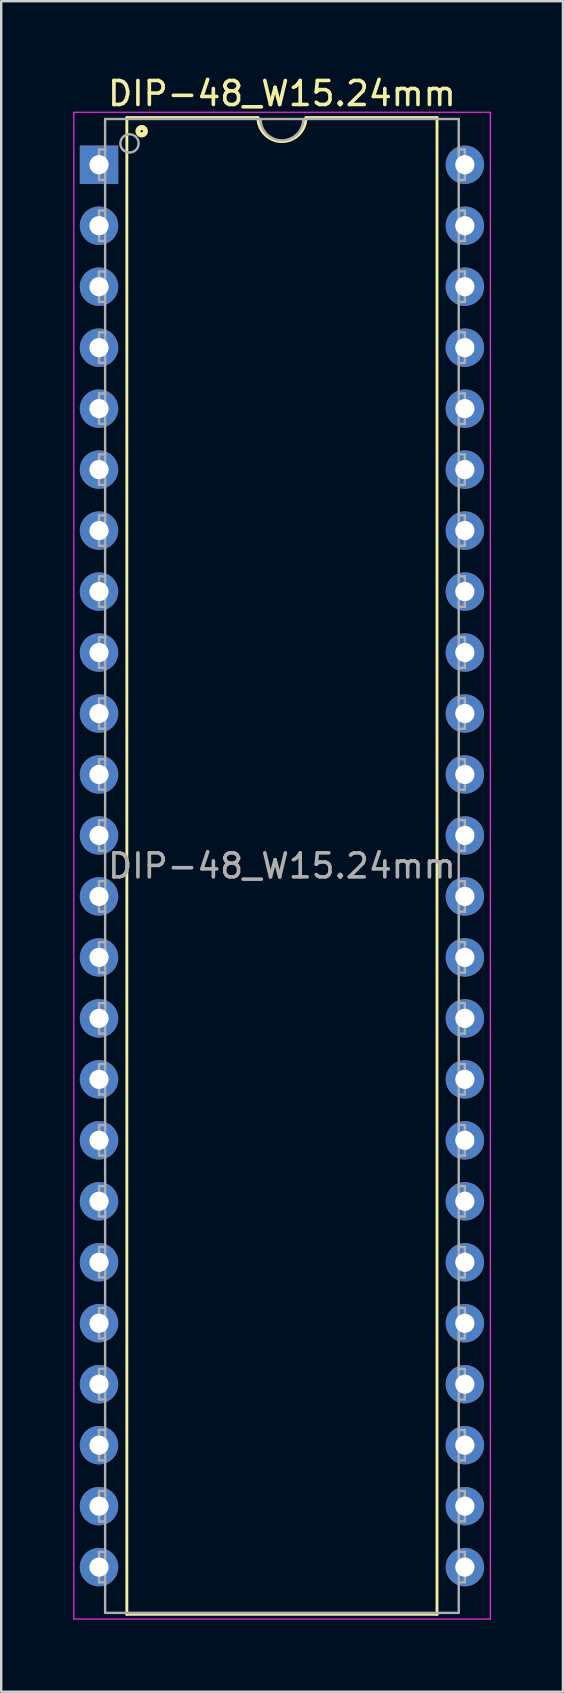
<source format=kicad_pcb>
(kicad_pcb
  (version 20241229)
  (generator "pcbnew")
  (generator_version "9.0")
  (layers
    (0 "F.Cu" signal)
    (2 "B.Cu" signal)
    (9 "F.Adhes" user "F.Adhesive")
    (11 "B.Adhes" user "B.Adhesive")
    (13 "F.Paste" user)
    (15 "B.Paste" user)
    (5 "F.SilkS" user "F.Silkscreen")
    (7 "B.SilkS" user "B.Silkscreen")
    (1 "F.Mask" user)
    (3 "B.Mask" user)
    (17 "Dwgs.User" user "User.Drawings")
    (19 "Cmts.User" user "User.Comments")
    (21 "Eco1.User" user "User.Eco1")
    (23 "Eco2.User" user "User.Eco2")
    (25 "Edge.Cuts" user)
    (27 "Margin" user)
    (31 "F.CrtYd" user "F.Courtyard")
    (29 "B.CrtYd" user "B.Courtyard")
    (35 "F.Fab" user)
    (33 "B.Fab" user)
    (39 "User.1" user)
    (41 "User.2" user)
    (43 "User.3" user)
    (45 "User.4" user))
  (footprint "DIP-48_W15.24mm"
    (layer "F.Cu")
    (at 1.075 3.813)
    (property "Reference" "DIP-48_W15.24mm" (at 7.62 -2.965 0) (layer "F.SilkS") (effects (font (size 1 1) (thickness 0.15))))
    (attr through_hole)
    (fp_line (start 1.16 -1.965) (end 1.16 60.385) (stroke (width 0.12) (type solid)) (layer "F.SilkS"))
    (fp_line (start 1.16 60.385) (end 14.08 60.385) (stroke (width 0.12) (type solid)) (layer "F.SilkS"))
    (fp_line (start 6.62 -1.965) (end 1.16 -1.965) (stroke (width 0.12) (type solid)) (layer "F.SilkS"))
    (fp_line (start 14.08 -1.965) (end 8.62 -1.965) (stroke (width 0.12) (type solid)) (layer "F.SilkS"))
    (fp_line (start 14.08 60.385) (end 14.08 -1.965) (stroke (width 0.12) (type solid)) (layer "F.SilkS"))
    (fp_arc (start 8.62 -1.965) (mid 7.62 -0.965) (end 6.62 -1.965) (stroke (width 0.12) (type solid)) (layer "F.SilkS"))
    (fp_circle (center 1.778 -1.397) (end 1.828 -1.397) (stroke (width 0.12) (type solid)) (fill no) (layer "F.SilkS"))
    (fp_circle (center 1.778 -1.397) (end 1.903 -1.397) (stroke (width 0.12) (type solid)) (fill no) (layer "F.SilkS"))
    (fp_circle (center 1.778 -1.397) (end 1.978 -1.397) (stroke (width 0.12) (type solid)) (fill no) (layer "F.SilkS"))
    (fp_line (start -1.05 -2.185) (end -1.05 60.585) (stroke (width 0.05) (type solid)) (layer "F.CrtYd"))
    (fp_line (start -1.05 60.585) (end 16.3 60.585) (stroke (width 0.05) (type solid)) (layer "F.CrtYd"))
    (fp_line (start 16.3 -2.185) (end -1.05 -2.185) (stroke (width 0.05) (type solid)) (layer "F.CrtYd"))
    (fp_line (start 16.3 60.585) (end 16.3 -2.185) (stroke (width 0.05) (type solid)) (layer "F.CrtYd"))
    (fp_line (start 0 -0.635) (end 0 0.635) (stroke (width 0.1) (type solid)) (layer "F.Fab"))
    (fp_line (start 0 -0.635) (end 0.254 -0.635) (stroke (width 0.1) (type solid)) (layer "F.Fab"))
    (fp_line (start 0 0.635) (end 0.254 0.635) (stroke (width 0.1) (type solid)) (layer "F.Fab"))
    (fp_line (start 0 1.905) (end 0 3.175) (stroke (width 0.1) (type solid)) (layer "F.Fab"))
    (fp_line (start 0 1.905) (end 0.254 1.905) (stroke (width 0.1) (type solid)) (layer "F.Fab"))
    (fp_line (start 0 3.175) (end 0.254 3.175) (stroke (width 0.1) (type solid)) (layer "F.Fab"))
    (fp_line (start 0 4.445) (end 0 5.715) (stroke (width 0.1) (type solid)) (layer "F.Fab"))
    (fp_line (start 0 4.445) (end 0.254 4.445) (stroke (width 0.1) (type solid)) (layer "F.Fab"))
    (fp_line (start 0 5.715) (end 0.254 5.715) (stroke (width 0.1) (type solid)) (layer "F.Fab"))
    (fp_line (start 0 6.985) (end 0 8.255) (stroke (width 0.1) (type solid)) (layer "F.Fab"))
    (fp_line (start 0 6.985) (end 0.254 6.985) (stroke (width 0.1) (type solid)) (layer "F.Fab"))
    (fp_line (start 0 8.255) (end 0.254 8.255) (stroke (width 0.1) (type solid)) (layer "F.Fab"))
    (fp_line (start 0 9.525) (end 0 10.795) (stroke (width 0.1) (type solid)) (layer "F.Fab"))
    (fp_line (start 0 9.525) (end 0.254 9.525) (stroke (width 0.1) (type solid)) (layer "F.Fab"))
    (fp_line (start 0 10.795) (end 0.254 10.795) (stroke (width 0.1) (type solid)) (layer "F.Fab"))
    (fp_line (start 0 12.065) (end 0 13.335) (stroke (width 0.1) (type solid)) (layer "F.Fab"))
    (fp_line (start 0 12.065) (end 0.254 12.065) (stroke (width 0.1) (type solid)) (layer "F.Fab"))
    (fp_line (start 0 13.335) (end 0.254 13.335) (stroke (width 0.1) (type solid)) (layer "F.Fab"))
    (fp_line (start 0 14.605) (end 0 15.875) (stroke (width 0.1) (type solid)) (layer "F.Fab"))
    (fp_line (start 0 14.605) (end 0.254 14.605) (stroke (width 0.1) (type solid)) (layer "F.Fab"))
    (fp_line (start 0 15.875) (end 0.254 15.875) (stroke (width 0.1) (type solid)) (layer "F.Fab"))
    (fp_line (start 0 17.145) (end 0 18.415) (stroke (width 0.1) (type solid)) (layer "F.Fab"))
    (fp_line (start 0 17.145) (end 0.254 17.145) (stroke (width 0.1) (type solid)) (layer "F.Fab"))
    (fp_line (start 0 18.415) (end 0.254 18.415) (stroke (width 0.1) (type solid)) (layer "F.Fab"))
    (fp_line (start 0 19.685) (end 0 20.955) (stroke (width 0.1) (type solid)) (layer "F.Fab"))
    (fp_line (start 0 19.685) (end 0.254 19.685) (stroke (width 0.1) (type solid)) (layer "F.Fab"))
    (fp_line (start 0 20.955) (end 0.254 20.955) (stroke (width 0.1) (type solid)) (layer "F.Fab"))
    (fp_line (start 0 22.225) (end 0 23.495) (stroke (width 0.1) (type solid)) (layer "F.Fab"))
    (fp_line (start 0 22.225) (end 0.254 22.225) (stroke (width 0.1) (type solid)) (layer "F.Fab"))
    (fp_line (start 0 23.495) (end 0.254 23.495) (stroke (width 0.1) (type solid)) (layer "F.Fab"))
    (fp_line (start 0 24.765) (end 0 26.035) (stroke (width 0.1) (type solid)) (layer "F.Fab"))
    (fp_line (start 0 24.765) (end 0.254 24.765) (stroke (width 0.1) (type solid)) (layer "F.Fab"))
    (fp_line (start 0 26.035) (end 0.254 26.035) (stroke (width 0.1) (type solid)) (layer "F.Fab"))
    (fp_line (start 0 27.305) (end 0 28.575) (stroke (width 0.1) (type solid)) (layer "F.Fab"))
    (fp_line (start 0 27.305) (end 0.254 27.305) (stroke (width 0.1) (type solid)) (layer "F.Fab"))
    (fp_line (start 0 28.575) (end 0.254 28.575) (stroke (width 0.1) (type solid)) (layer "F.Fab"))
    (fp_line (start 0 29.845) (end 0 31.115) (stroke (width 0.1) (type solid)) (layer "F.Fab"))
    (fp_line (start 0 29.845) (end 0.254 29.845) (stroke (width 0.1) (type solid)) (layer "F.Fab"))
    (fp_line (start 0 31.115) (end 0.254 31.115) (stroke (width 0.1) (type solid)) (layer "F.Fab"))
    (fp_line (start 0 32.385) (end 0 33.655) (stroke (width 0.1) (type solid)) (layer "F.Fab"))
    (fp_line (start 0 32.385) (end 0.254 32.385) (stroke (width 0.1) (type solid)) (layer "F.Fab"))
    (fp_line (start 0 33.655) (end 0.254 33.655) (stroke (width 0.1) (type solid)) (layer "F.Fab"))
    (fp_line (start 0 34.925) (end 0 36.195) (stroke (width 0.1) (type solid)) (layer "F.Fab"))
    (fp_line (start 0 34.925) (end 0.254 34.925) (stroke (width 0.1) (type solid)) (layer "F.Fab"))
    (fp_line (start 0 36.195) (end 0.254 36.195) (stroke (width 0.1) (type solid)) (layer "F.Fab"))
    (fp_line (start 0 37.465) (end 0 38.735) (stroke (width 0.1) (type solid)) (layer "F.Fab"))
    (fp_line (start 0 37.465) (end 0.254 37.465) (stroke (width 0.1) (type solid)) (layer "F.Fab"))
    (fp_line (start 0 38.735) (end 0.254 38.735) (stroke (width 0.1) (type solid)) (layer "F.Fab"))
    (fp_line (start 0 40.005) (end 0 41.275) (stroke (width 0.1) (type solid)) (layer "F.Fab"))
    (fp_line (start 0 40.005) (end 0.254 40.005) (stroke (width 0.1) (type solid)) (layer "F.Fab"))
    (fp_line (start 0 41.275) (end 0.254 41.275) (stroke (width 0.1) (type solid)) (layer "F.Fab"))
    (fp_line (start 0 42.545) (end 0 43.815) (stroke (width 0.1) (type solid)) (layer "F.Fab"))
    (fp_line (start 0 42.545) (end 0.254 42.545) (stroke (width 0.1) (type solid)) (layer "F.Fab"))
    (fp_line (start 0 43.815) (end 0.254 43.815) (stroke (width 0.1) (type solid)) (layer "F.Fab"))
    (fp_line (start 0 45.085) (end 0 46.355) (stroke (width 0.1) (type solid)) (layer "F.Fab"))
    (fp_line (start 0 45.085) (end 0.254 45.085) (stroke (width 0.1) (type solid)) (layer "F.Fab"))
    (fp_line (start 0 46.355) (end 0.254 46.355) (stroke (width 0.1) (type solid)) (layer "F.Fab"))
    (fp_line (start 0 47.625) (end 0 48.895) (stroke (width 0.1) (type solid)) (layer "F.Fab"))
    (fp_line (start 0 47.625) (end 0.254 47.625) (stroke (width 0.1) (type solid)) (layer "F.Fab"))
    (fp_line (start 0 48.895) (end 0.254 48.895) (stroke (width 0.1) (type solid)) (layer "F.Fab"))
    (fp_line (start 0 50.165) (end 0 51.435) (stroke (width 0.1) (type solid)) (layer "F.Fab"))
    (fp_line (start 0 50.165) (end 0.254 50.165) (stroke (width 0.1) (type solid)) (layer "F.Fab"))
    (fp_line (start 0 51.435) (end 0.254 51.435) (stroke (width 0.1) (type solid)) (layer "F.Fab"))
    (fp_line (start 0 52.705) (end 0 53.975) (stroke (width 0.1) (type solid)) (layer "F.Fab"))
    (fp_line (start 0 52.705) (end 0.254 52.705) (stroke (width 0.1) (type solid)) (layer "F.Fab"))
    (fp_line (start 0 53.975) (end 0.254 53.975) (stroke (width 0.1) (type solid)) (layer "F.Fab"))
    (fp_line (start 0 55.245) (end 0 56.515) (stroke (width 0.1) (type solid)) (layer "F.Fab"))
    (fp_line (start 0 55.245) (end 0.254 55.245) (stroke (width 0.1) (type solid)) (layer "F.Fab"))
    (fp_line (start 0 56.515) (end 0.254 56.515) (stroke (width 0.1) (type solid)) (layer "F.Fab"))
    (fp_line (start 0 57.785) (end 0 59.055) (stroke (width 0.1) (type solid)) (layer "F.Fab"))
    (fp_line (start 0 57.785) (end 0.254 57.785) (stroke (width 0.1) (type solid)) (layer "F.Fab"))
    (fp_line (start 0 59.055) (end 0.254 59.055) (stroke (width 0.1) (type solid)) (layer "F.Fab"))
    (fp_line (start 0.254 -1.905) (end 14.985 -1.905) (stroke (width 0.1) (type solid)) (layer "F.Fab"))
    (fp_line (start 0.255 60.325) (end 0.254 -1.905) (stroke (width 0.1) (type solid)) (layer "F.Fab"))
    (fp_line (start 14.985 -1.905) (end 14.985 60.325) (stroke (width 0.1) (type solid)) (layer "F.Fab"))
    (fp_line (start 14.985 60.325) (end 0.255 60.325) (stroke (width 0.1) (type solid)) (layer "F.Fab"))
    (fp_line (start 15.24 -0.635) (end 14.986 -0.635) (stroke (width 0.1) (type solid)) (layer "F.Fab"))
    (fp_line (start 15.24 0.635) (end 14.986 0.635) (stroke (width 0.1) (type solid)) (layer "F.Fab"))
    (fp_line (start 15.24 0.635) (end 15.24 -0.635) (stroke (width 0.1) (type solid)) (layer "F.Fab"))
    (fp_line (start 15.24 1.905) (end 14.986 1.905) (stroke (width 0.1) (type solid)) (layer "F.Fab"))
    (fp_line (start 15.24 3.175) (end 14.986 3.175) (stroke (width 0.1) (type solid)) (layer "F.Fab"))
    (fp_line (start 15.24 3.175) (end 15.24 1.905) (stroke (width 0.1) (type solid)) (layer "F.Fab"))
    (fp_line (start 15.24 4.445) (end 14.986 4.445) (stroke (width 0.1) (type solid)) (layer "F.Fab"))
    (fp_line (start 15.24 5.715) (end 14.986 5.715) (stroke (width 0.1) (type solid)) (layer "F.Fab"))
    (fp_line (start 15.24 5.715) (end 15.24 4.445) (stroke (width 0.1) (type solid)) (layer "F.Fab"))
    (fp_line (start 15.24 6.985) (end 14.986 6.985) (stroke (width 0.1) (type solid)) (layer "F.Fab"))
    (fp_line (start 15.24 8.255) (end 14.986 8.255) (stroke (width 0.1) (type solid)) (layer "F.Fab"))
    (fp_line (start 15.24 8.255) (end 15.24 6.985) (stroke (width 0.1) (type solid)) (layer "F.Fab"))
    (fp_line (start 15.24 9.525) (end 14.986 9.525) (stroke (width 0.1) (type solid)) (layer "F.Fab"))
    (fp_line (start 15.24 10.795) (end 14.986 10.795) (stroke (width 0.1) (type solid)) (layer "F.Fab"))
    (fp_line (start 15.24 10.795) (end 15.24 9.525) (stroke (width 0.1) (type solid)) (layer "F.Fab"))
    (fp_line (start 15.24 12.065) (end 14.986 12.065) (stroke (width 0.1) (type solid)) (layer "F.Fab"))
    (fp_line (start 15.24 13.335) (end 14.986 13.335) (stroke (width 0.1) (type solid)) (layer "F.Fab"))
    (fp_line (start 15.24 13.335) (end 15.24 12.065) (stroke (width 0.1) (type solid)) (layer "F.Fab"))
    (fp_line (start 15.24 14.605) (end 14.986 14.605) (stroke (width 0.1) (type solid)) (layer "F.Fab"))
    (fp_line (start 15.24 15.875) (end 14.986 15.875) (stroke (width 0.1) (type solid)) (layer "F.Fab"))
    (fp_line (start 15.24 15.875) (end 15.24 14.605) (stroke (width 0.1) (type solid)) (layer "F.Fab"))
    (fp_line (start 15.24 17.145) (end 14.986 17.145) (stroke (width 0.1) (type solid)) (layer "F.Fab"))
    (fp_line (start 15.24 18.415) (end 14.986 18.415) (stroke (width 0.1) (type solid)) (layer "F.Fab"))
    (fp_line (start 15.24 18.415) (end 15.24 17.145) (stroke (width 0.1) (type solid)) (layer "F.Fab"))
    (fp_line (start 15.24 19.685) (end 14.986 19.685) (stroke (width 0.1) (type solid)) (layer "F.Fab"))
    (fp_line (start 15.24 20.955) (end 14.986 20.955) (stroke (width 0.1) (type solid)) (layer "F.Fab"))
    (fp_line (start 15.24 20.955) (end 15.24 19.685) (stroke (width 0.1) (type solid)) (layer "F.Fab"))
    (fp_line (start 15.24 22.225) (end 14.986 22.225) (stroke (width 0.1) (type solid)) (layer "F.Fab"))
    (fp_line (start 15.24 23.495) (end 14.986 23.495) (stroke (width 0.1) (type solid)) (layer "F.Fab"))
    (fp_line (start 15.24 23.495) (end 15.24 22.225) (stroke (width 0.1) (type solid)) (layer "F.Fab"))
    (fp_line (start 15.24 24.765) (end 14.986 24.765) (stroke (width 0.1) (type solid)) (layer "F.Fab"))
    (fp_line (start 15.24 26.035) (end 14.986 26.035) (stroke (width 0.1) (type solid)) (layer "F.Fab"))
    (fp_line (start 15.24 26.035) (end 15.24 24.765) (stroke (width 0.1) (type solid)) (layer "F.Fab"))
    (fp_line (start 15.24 27.305) (end 14.986 27.305) (stroke (width 0.1) (type solid)) (layer "F.Fab"))
    (fp_line (start 15.24 28.575) (end 14.986 28.575) (stroke (width 0.1) (type solid)) (layer "F.Fab"))
    (fp_line (start 15.24 28.575) (end 15.24 27.305) (stroke (width 0.1) (type solid)) (layer "F.Fab"))
    (fp_line (start 15.24 29.845) (end 14.986 29.845) (stroke (width 0.1) (type solid)) (layer "F.Fab"))
    (fp_line (start 15.24 31.115) (end 14.986 31.115) (stroke (width 0.1) (type solid)) (layer "F.Fab"))
    (fp_line (start 15.24 31.115) (end 15.24 29.845) (stroke (width 0.1) (type solid)) (layer "F.Fab"))
    (fp_line (start 15.24 32.385) (end 14.986 32.385) (stroke (width 0.1) (type solid)) (layer "F.Fab"))
    (fp_line (start 15.24 33.655) (end 14.986 33.655) (stroke (width 0.1) (type solid)) (layer "F.Fab"))
    (fp_line (start 15.24 33.655) (end 15.24 32.385) (stroke (width 0.1) (type solid)) (layer "F.Fab"))
    (fp_line (start 15.24 34.925) (end 14.986 34.925) (stroke (width 0.1) (type solid)) (layer "F.Fab"))
    (fp_line (start 15.24 36.195) (end 14.986 36.195) (stroke (width 0.1) (type solid)) (layer "F.Fab"))
    (fp_line (start 15.24 36.195) (end 15.24 34.925) (stroke (width 0.1) (type solid)) (layer "F.Fab"))
    (fp_line (start 15.24 37.465) (end 14.986 37.465) (stroke (width 0.1) (type solid)) (layer "F.Fab"))
    (fp_line (start 15.24 38.735) (end 14.986 38.735) (stroke (width 0.1) (type solid)) (layer "F.Fab"))
    (fp_line (start 15.24 38.735) (end 15.24 37.465) (stroke (width 0.1) (type solid)) (layer "F.Fab"))
    (fp_line (start 15.24 40.005) (end 14.986 40.005) (stroke (width 0.1) (type solid)) (layer "F.Fab"))
    (fp_line (start 15.24 41.275) (end 14.986 41.275) (stroke (width 0.1) (type solid)) (layer "F.Fab"))
    (fp_line (start 15.24 41.275) (end 15.24 40.005) (stroke (width 0.1) (type solid)) (layer "F.Fab"))
    (fp_line (start 15.24 42.545) (end 14.986 42.545) (stroke (width 0.1) (type solid)) (layer "F.Fab"))
    (fp_line (start 15.24 43.815) (end 14.986 43.815) (stroke (width 0.1) (type solid)) (layer "F.Fab"))
    (fp_line (start 15.24 43.815) (end 15.24 42.545) (stroke (width 0.1) (type solid)) (layer "F.Fab"))
    (fp_line (start 15.24 45.085) (end 14.986 45.085) (stroke (width 0.1) (type solid)) (layer "F.Fab"))
    (fp_line (start 15.24 46.355) (end 14.986 46.355) (stroke (width 0.1) (type solid)) (layer "F.Fab"))
    (fp_line (start 15.24 46.355) (end 15.24 45.085) (stroke (width 0.1) (type solid)) (layer "F.Fab"))
    (fp_line (start 15.24 47.625) (end 14.986 47.625) (stroke (width 0.1) (type solid)) (layer "F.Fab"))
    (fp_line (start 15.24 48.895) (end 14.986 48.895) (stroke (width 0.1) (type solid)) (layer "F.Fab"))
    (fp_line (start 15.24 48.895) (end 15.24 47.625) (stroke (width 0.1) (type solid)) (layer "F.Fab"))
    (fp_line (start 15.24 50.165) (end 14.986 50.165) (stroke (width 0.1) (type solid)) (layer "F.Fab"))
    (fp_line (start 15.24 51.435) (end 14.986 51.435) (stroke (width 0.1) (type solid)) (layer "F.Fab"))
    (fp_line (start 15.24 51.435) (end 15.24 50.165) (stroke (width 0.1) (type solid)) (layer "F.Fab"))
    (fp_line (start 15.24 52.705) (end 14.986 52.705) (stroke (width 0.1) (type solid)) (layer "F.Fab"))
    (fp_line (start 15.24 53.975) (end 14.986 53.975) (stroke (width 0.1) (type solid)) (layer "F.Fab"))
    (fp_line (start 15.24 53.975) (end 15.24 52.705) (stroke (width 0.1) (type solid)) (layer "F.Fab"))
    (fp_line (start 15.24 55.245) (end 14.986 55.245) (stroke (width 0.1) (type solid)) (layer "F.Fab"))
    (fp_line (start 15.24 56.515) (end 14.986 56.515) (stroke (width 0.1) (type solid)) (layer "F.Fab"))
    (fp_line (start 15.24 56.515) (end 15.24 55.245) (stroke (width 0.1) (type solid)) (layer "F.Fab"))
    (fp_line (start 15.24 57.785) (end 14.986 57.785) (stroke (width 0.1) (type solid)) (layer "F.Fab"))
    (fp_line (start 15.24 59.055) (end 14.986 59.055) (stroke (width 0.1) (type solid)) (layer "F.Fab"))
    (fp_line (start 15.24 59.055) (end 15.24 57.785) (stroke (width 0.1) (type solid)) (layer "F.Fab"))
    (fp_arc (start 8.509 -1.905) (mid 7.62 -1.016) (end 6.731 -1.905) (stroke (width 0.1) (type solid)) (layer "F.Fab"))
    (fp_circle (center 1.27 -0.889) (end 1.651 -0.889) (stroke (width 0.1) (type solid)) (fill no) (layer "F.Fab"))
    (fp_text user "${REFERENCE}" (at 7.62 29.21 0) (layer "F.Fab") (effects (font (size 1 1) (thickness 0.15))))
    (pad "1" thru_hole rect (at 0 0) (size 1.6 1.6) (drill 0.8) (layers "*.Cu" "*.Mask"))
    (pad "2" thru_hole oval (at 0 2.54) (size 1.6 1.6) (drill 0.8) (layers "*.Cu" "*.Mask"))
    (pad "3" thru_hole oval (at 0 5.08) (size 1.6 1.6) (drill 0.8) (layers "*.Cu" "*.Mask"))
    (pad "4" thru_hole oval (at 0 7.62) (size 1.6 1.6) (drill 0.8) (layers "*.Cu" "*.Mask"))
    (pad "5" thru_hole oval (at 0 10.16) (size 1.6 1.6) (drill 0.8) (layers "*.Cu" "*.Mask"))
    (pad "6" thru_hole oval (at 0 12.7) (size 1.6 1.6) (drill 0.8) (layers "*.Cu" "*.Mask"))
    (pad "7" thru_hole oval (at 0 15.24) (size 1.6 1.6) (drill 0.8) (layers "*.Cu" "*.Mask"))
    (pad "8" thru_hole oval (at 0 17.78) (size 1.6 1.6) (drill 0.8) (layers "*.Cu" "*.Mask"))
    (pad "9" thru_hole oval (at 0 20.32) (size 1.6 1.6) (drill 0.8) (layers "*.Cu" "*.Mask"))
    (pad "10" thru_hole oval (at 0 22.86) (size 1.6 1.6) (drill 0.8) (layers "*.Cu" "*.Mask"))
    (pad "11" thru_hole oval (at 0 25.4) (size 1.6 1.6) (drill 0.8) (layers "*.Cu" "*.Mask"))
    (pad "12" thru_hole oval (at 0 27.94) (size 1.6 1.6) (drill 0.8) (layers "*.Cu" "*.Mask"))
    (pad "13" thru_hole oval (at 0 30.48) (size 1.6 1.6) (drill 0.8) (layers "*.Cu" "*.Mask"))
    (pad "14" thru_hole oval (at 0 33.02) (size 1.6 1.6) (drill 0.8) (layers "*.Cu" "*.Mask"))
    (pad "15" thru_hole oval (at 0 35.56) (size 1.6 1.6) (drill 0.8) (layers "*.Cu" "*.Mask"))
    (pad "16" thru_hole oval (at 0 38.1) (size 1.6 1.6) (drill 0.8) (layers "*.Cu" "*.Mask"))
    (pad "17" thru_hole oval (at 0 40.64) (size 1.6 1.6) (drill 0.8) (layers "*.Cu" "*.Mask"))
    (pad "18" thru_hole oval (at 0 43.18) (size 1.6 1.6) (drill 0.8) (layers "*.Cu" "*.Mask"))
    (pad "19" thru_hole oval (at 0 45.72) (size 1.6 1.6) (drill 0.8) (layers "*.Cu" "*.Mask"))
    (pad "20" thru_hole oval (at 0 48.26) (size 1.6 1.6) (drill 0.8) (layers "*.Cu" "*.Mask"))
    (pad "21" thru_hole oval (at 0 50.8) (size 1.6 1.6) (drill 0.8) (layers "*.Cu" "*.Mask"))
    (pad "22" thru_hole oval (at 0 53.34) (size 1.6 1.6) (drill 0.8) (layers "*.Cu" "*.Mask"))
    (pad "23" thru_hole oval (at 0 55.88) (size 1.6 1.6) (drill 0.8) (layers "*.Cu" "*.Mask"))
    (pad "24" thru_hole oval (at 0 58.42) (size 1.6 1.6) (drill 0.8) (layers "*.Cu" "*.Mask"))
    (pad "25" thru_hole oval (at 15.24 58.42) (size 1.6 1.6) (drill 0.8) (layers "*.Cu" "*.Mask"))
    (pad "26" thru_hole oval (at 15.24 55.88) (size 1.6 1.6) (drill 0.8) (layers "*.Cu" "*.Mask"))
    (pad "27" thru_hole oval (at 15.24 53.34) (size 1.6 1.6) (drill 0.8) (layers "*.Cu" "*.Mask"))
    (pad "28" thru_hole oval (at 15.24 50.8) (size 1.6 1.6) (drill 0.8) (layers "*.Cu" "*.Mask"))
    (pad "29" thru_hole oval (at 15.24 48.26) (size 1.6 1.6) (drill 0.8) (layers "*.Cu" "*.Mask"))
    (pad "30" thru_hole oval (at 15.24 45.72) (size 1.6 1.6) (drill 0.8) (layers "*.Cu" "*.Mask"))
    (pad "31" thru_hole oval (at 15.24 43.18) (size 1.6 1.6) (drill 0.8) (layers "*.Cu" "*.Mask"))
    (pad "32" thru_hole oval (at 15.24 40.64) (size 1.6 1.6) (drill 0.8) (layers "*.Cu" "*.Mask"))
    (pad "33" thru_hole oval (at 15.24 38.1) (size 1.6 1.6) (drill 0.8) (layers "*.Cu" "*.Mask"))
    (pad "34" thru_hole oval (at 15.24 35.56) (size 1.6 1.6) (drill 0.8) (layers "*.Cu" "*.Mask"))
    (pad "35" thru_hole oval (at 15.24 33.02) (size 1.6 1.6) (drill 0.8) (layers "*.Cu" "*.Mask"))
    (pad "36" thru_hole oval (at 15.24 30.48) (size 1.6 1.6) (drill 0.8) (layers "*.Cu" "*.Mask"))
    (pad "37" thru_hole oval (at 15.24 27.94) (size 1.6 1.6) (drill 0.8) (layers "*.Cu" "*.Mask"))
    (pad "38" thru_hole oval (at 15.24 25.4) (size 1.6 1.6) (drill 0.8) (layers "*.Cu" "*.Mask"))
    (pad "39" thru_hole oval (at 15.24 22.86) (size 1.6 1.6) (drill 0.8) (layers "*.Cu" "*.Mask"))
    (pad "40" thru_hole oval (at 15.24 20.32) (size 1.6 1.6) (drill 0.8) (layers "*.Cu" "*.Mask"))
    (pad "41" thru_hole oval (at 15.24 17.78) (size 1.6 1.6) (drill 0.8) (layers "*.Cu" "*.Mask"))
    (pad "42" thru_hole oval (at 15.24 15.24) (size 1.6 1.6) (drill 0.8) (layers "*.Cu" "*.Mask"))
    (pad "43" thru_hole oval (at 15.24 12.7) (size 1.6 1.6) (drill 0.8) (layers "*.Cu" "*.Mask"))
    (pad "44" thru_hole oval (at 15.24 10.16) (size 1.6 1.6) (drill 0.8) (layers "*.Cu" "*.Mask"))
    (pad "45" thru_hole oval (at 15.24 7.62) (size 1.6 1.6) (drill 0.8) (layers "*.Cu" "*.Mask"))
    (pad "46" thru_hole oval (at 15.24 5.08) (size 1.6 1.6) (drill 0.8) (layers "*.Cu" "*.Mask"))
    (pad "47" thru_hole oval (at 15.24 2.54) (size 1.6 1.6) (drill 0.8) (layers "*.Cu" "*.Mask"))
    (pad "48" thru_hole oval (at 15.24 0) (size 1.6 1.6) (drill 0.8) (layers "*.Cu" "*.Mask")))
  (gr_rect
    (start -3 -3)
    (end 20.4 67.423)
    (stroke (width 0.1) (type default))
    (fill no)
    (layer "Edge.Cuts")))
</source>
